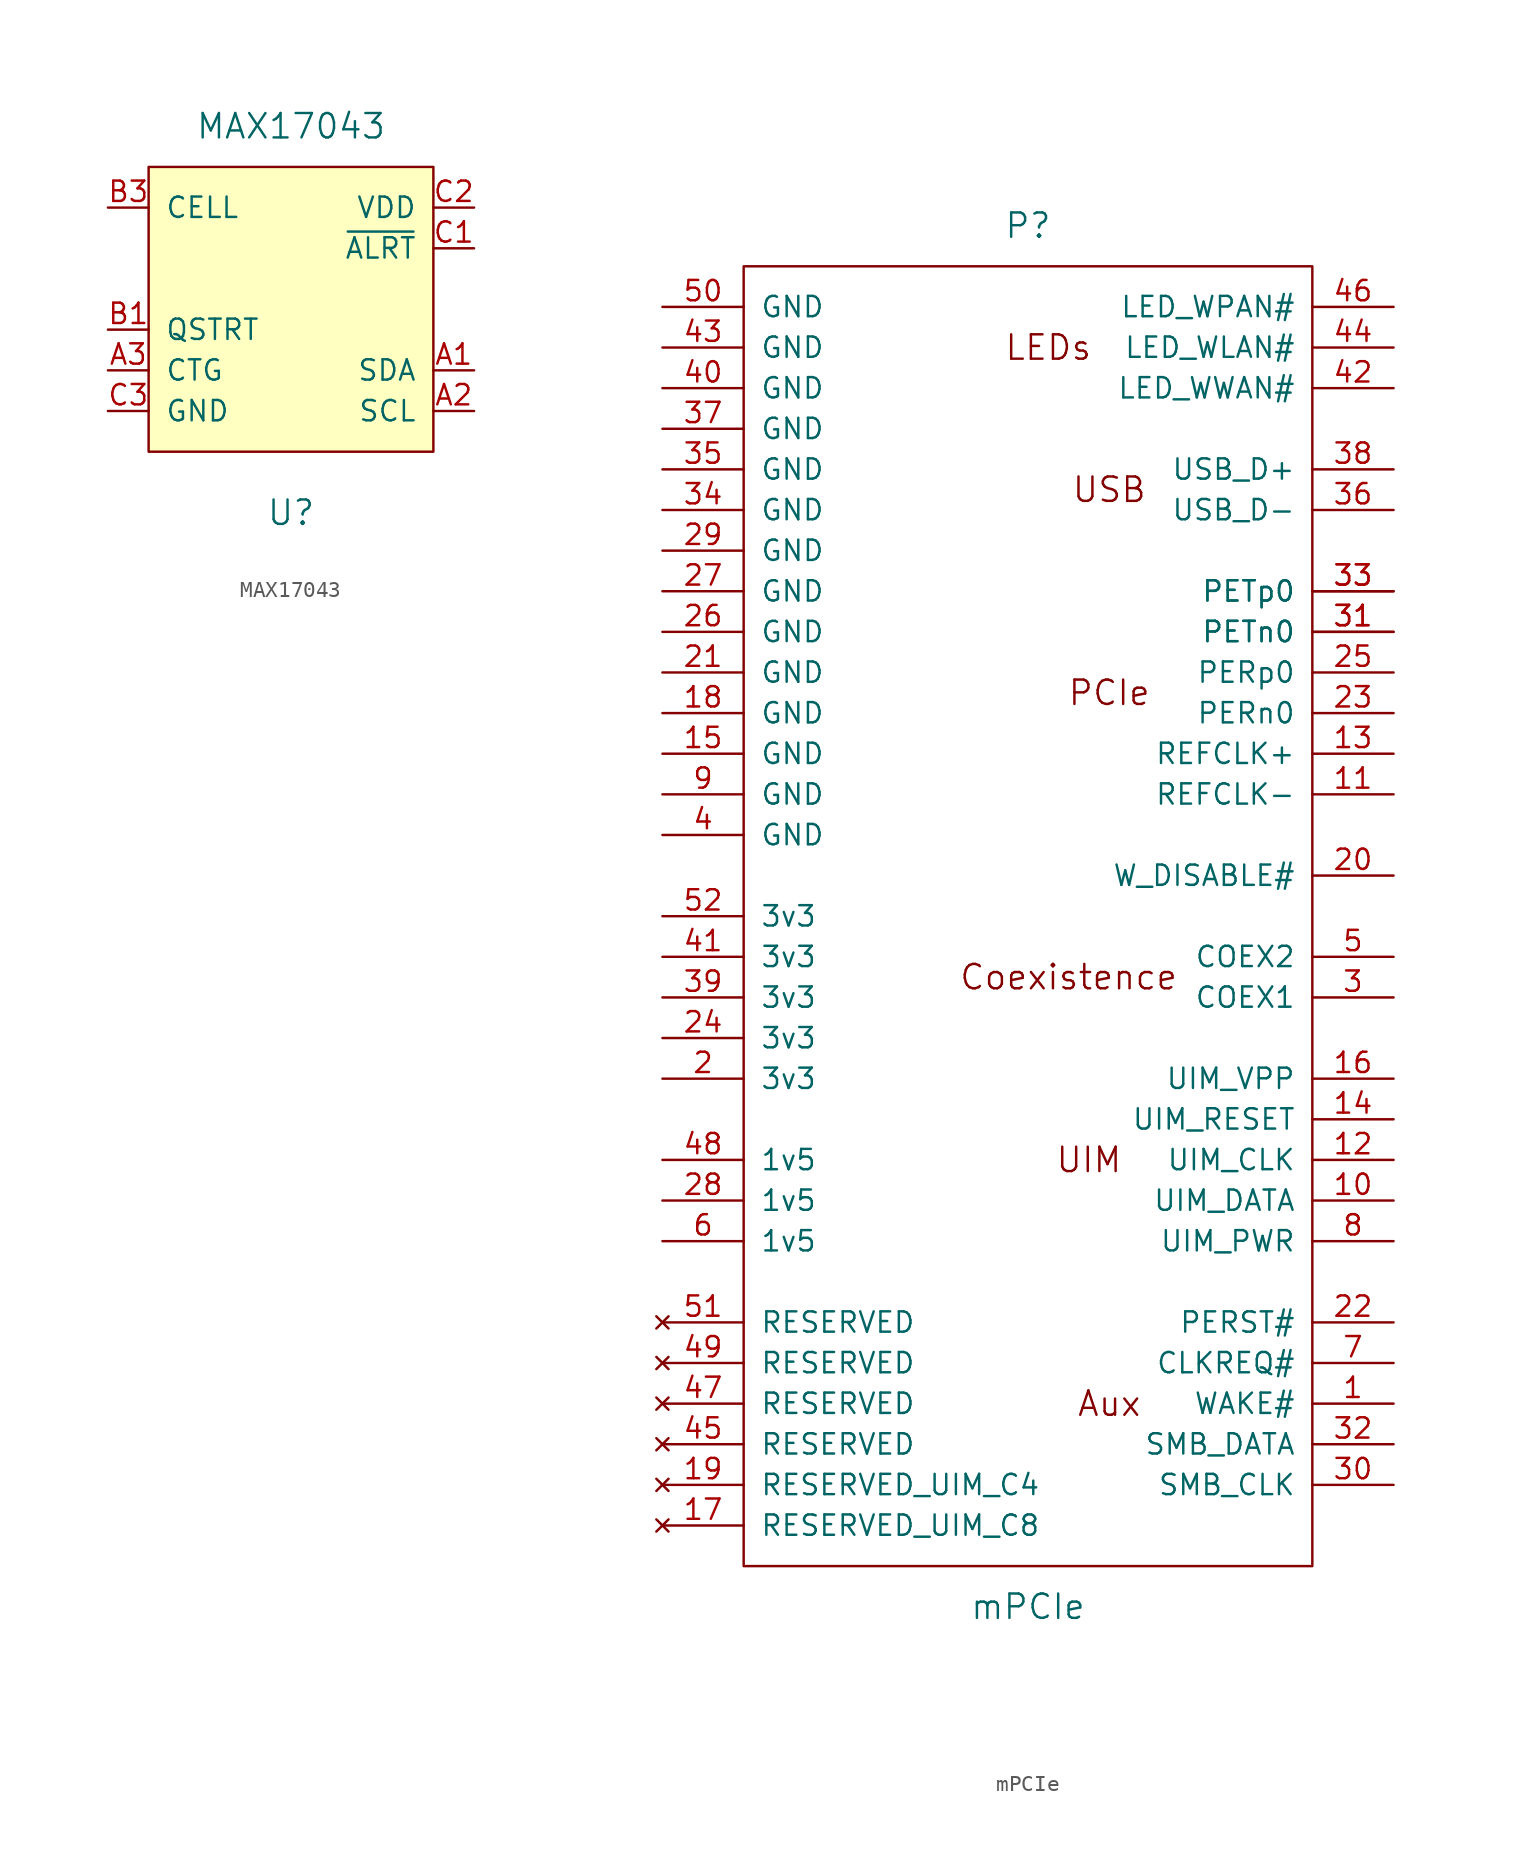
<source format=kicad_sym>
(kicad_symbol_lib
  (version 20231120)
  (generator "kicad_symbol_editor")
  (generator_version "8.0")
  (symbol "MAX17043"
    (pin_names
      (offset 1.016))
    (property "Reference" "U"
      (at 0 -12.7 0)
      (effects (font (size 1.524 1.524))))
    (property "Value" "MAX17043"
      (at 0 11.43 0)
      (effects (font (size 1.524 1.524))))
    (symbol "MAX17043_0_1"
      (rectangle (start -8.89 8.89) (end 8.89 -8.89) (stroke (width 0) (type solid)) (fill (type background))))
    (symbol "MAX17043_1_1"
      (pin bidirectional line (at 11.43 -3.81 180) (length 2.54) (name "SDA" (effects (font (size 1.27 1.27)))) (number "A1" (effects (font (size 1.27 1.27)))))
      (pin bidirectional line (at 11.43 -6.35 180) (length 2.54) (name "SCL" (effects (font (size 1.27 1.27)))) (number "A2" (effects (font (size 1.27 1.27)))))
      (pin input line (at -11.43 -3.81 0) (length 2.54) (name "CTG" (effects (font (size 1.27 1.27)))) (number "A3" (effects (font (size 1.27 1.27)))))
      (pin input line (at -11.43 -1.27 0) (length 2.54) (name "QSTRT" (effects (font (size 1.27 1.27)))) (number "B1" (effects (font (size 1.27 1.27)))))
      (pin no_connect line (at 0 -8.89 90) (length 2.54) hide (name "NC" (effects (font (size 1.27 1.27)))) (number "B2" (effects (font (size 1.27 1.27)))))
      (pin input line (at -11.43 6.35 0) (length 2.54) (name "CELL" (effects (font (size 1.27 1.27)))) (number "B3" (effects (font (size 1.27 1.27)))))
      (pin input line (at 11.43 3.81 180) (length 2.54) (name "~{ALRT}" (effects (font (size 1.27 1.27)))) (number "C1" (effects (font (size 1.27 1.27)))))
      (pin power_in line (at 11.43 6.35 180) (length 2.54) (name "VDD" (effects (font (size 1.27 1.27)))) (number "C2" (effects (font (size 1.27 1.27)))))
      (pin power_in line (at -11.43 -6.35 0) (length 2.54) (name "GND" (effects (font (size 1.27 1.27)))) (number "C3" (effects (font (size 1.27 1.27)))))))
  (symbol "mPCIe"
    (pin_names
      (offset 1.016))
    (property "Reference" "P"
      (at 0 35.56 0)
      (effects (font (size 1.524 1.524))))
    (property "Value" "mPCIe"
      (at 0 -50.8 0)
      (effects (font (size 1.524 1.524))))
    (property "Footprint" ""
      (at 0 0 0)
      (effects (font (size 1.524 1.524))))
    (property "Datasheet" ""
      (at 0 0 0)
      (effects (font (size 1.524 1.524))))
    (symbol "mPCIe_0_0"
      (rectangle (start -17.78 33.02) (end 17.78 -48.26) (stroke (width 0) (type solid)) (fill (type none)))
      (text "Aux" (at 5.08 -38.1 0) (effects (font (size 1.524 1.524))))
      (text "Coexistence" (at 2.54 -11.43 0) (effects (font (size 1.524 1.524))))
      (text "LEDs" (at 1.27 27.94 0) (effects (font (size 1.524 1.524))))
      (text "PCIe" (at 5.08 6.35 0) (effects (font (size 1.524 1.524))))
      (text "UIM" (at 3.81 -22.86 0) (effects (font (size 1.524 1.524))))
      (text "USB" (at 5.08 19.05 0) (effects (font (size 1.524 1.524)))))
    (symbol "mPCIe_1_1"
      (pin bidirectional line (at 22.86 -38.1 180) (length 5.08) (name "WAKE#" (effects (font (size 1.27 1.27)))) (number "1" (effects (font (size 1.27 1.27)))))
      (pin bidirectional line (at 22.86 -25.4 180) (length 5.08) (name "UIM_DATA" (effects (font (size 1.27 1.27)))) (number "10" (effects (font (size 1.27 1.27)))))
      (pin output line (at 22.86 0 180) (length 5.08) (name "REFCLK-" (effects (font (size 1.27 1.27)))) (number "11" (effects (font (size 1.27 1.27)))))
      (pin input line (at 22.86 -22.86 180) (length 5.08) (name "UIM_CLK" (effects (font (size 1.27 1.27)))) (number "12" (effects (font (size 1.27 1.27)))))
      (pin output line (at 22.86 2.54 180) (length 5.08) (name "REFCLK+" (effects (font (size 1.27 1.27)))) (number "13" (effects (font (size 1.27 1.27)))))
      (pin input line (at 22.86 -20.32 180) (length 5.08) (name "UIM_RESET" (effects (font (size 1.27 1.27)))) (number "14" (effects (font (size 1.27 1.27)))))
      (pin power_out line (at -22.86 2.54 0) (length 5.08) (name "GND" (effects (font (size 1.27 1.27)))) (number "15" (effects (font (size 1.27 1.27)))))
      (pin input line (at 22.86 -17.78 180) (length 5.08) (name "UIM_VPP" (effects (font (size 1.27 1.27)))) (number "16" (effects (font (size 1.27 1.27)))))
      (pin no_connect line (at -22.86 -45.72 0) (length 5.08) (name "RESERVED_UIM_C8" (effects (font (size 1.27 1.27)))) (number "17" (effects (font (size 1.27 1.27)))))
      (pin power_out line (at -22.86 5.08 0) (length 5.08) (name "GND" (effects (font (size 1.27 1.27)))) (number "18" (effects (font (size 1.27 1.27)))))
      (pin no_connect line (at -22.86 -43.18 0) (length 5.08) (name "RESERVED_UIM_C4" (effects (font (size 1.27 1.27)))) (number "19" (effects (font (size 1.27 1.27)))))
      (pin power_out line (at -22.86 -17.78 0) (length 5.08) (name "3v3" (effects (font (size 1.27 1.27)))) (number "2" (effects (font (size 1.27 1.27)))))
      (pin output line (at 22.86 -5.08 180) (length 5.08) (name "W_DISABLE#" (effects (font (size 1.27 1.27)))) (number "20" (effects (font (size 1.27 1.27)))))
      (pin power_out line (at -22.86 7.62 0) (length 5.08) (name "GND" (effects (font (size 1.27 1.27)))) (number "21" (effects (font (size 1.27 1.27)))))
      (pin bidirectional line (at 22.86 -33.02 180) (length 5.08) (name "PERST#" (effects (font (size 1.27 1.27)))) (number "22" (effects (font (size 1.27 1.27)))))
      (pin bidirectional line (at 22.86 5.08 180) (length 5.08) (name "PERn0" (effects (font (size 1.27 1.27)))) (number "23" (effects (font (size 1.27 1.27)))))
      (pin power_out line (at -22.86 -15.24 0) (length 5.08) (name "3v3" (effects (font (size 1.27 1.27)))) (number "24" (effects (font (size 1.27 1.27)))))
      (pin bidirectional line (at 22.86 7.62 180) (length 5.08) (name "PERp0" (effects (font (size 1.27 1.27)))) (number "25" (effects (font (size 1.27 1.27)))))
      (pin power_out line (at -22.86 10.16 0) (length 5.08) (name "GND" (effects (font (size 1.27 1.27)))) (number "26" (effects (font (size 1.27 1.27)))))
      (pin power_out line (at -22.86 12.7 0) (length 5.08) (name "GND" (effects (font (size 1.27 1.27)))) (number "27" (effects (font (size 1.27 1.27)))))
      (pin power_out line (at -22.86 -25.4 0) (length 5.08) (name "1v5" (effects (font (size 1.27 1.27)))) (number "28" (effects (font (size 1.27 1.27)))))
      (pin power_out line (at -22.86 15.24 0) (length 5.08) (name "GND" (effects (font (size 1.27 1.27)))) (number "29" (effects (font (size 1.27 1.27)))))
      (pin bidirectional line (at 22.86 -12.7 180) (length 5.08) (name "COEX1" (effects (font (size 1.27 1.27)))) (number "3" (effects (font (size 1.27 1.27)))))
      (pin bidirectional line (at 22.86 -43.18 180) (length 5.08) (name "SMB_CLK" (effects (font (size 1.27 1.27)))) (number "30" (effects (font (size 1.27 1.27)))))
      (pin bidirectional line (at 22.86 10.16 180) (length 5.08) (name "PETn0" (effects (font (size 1.27 1.27)))) (number "31" (effects (font (size 1.27 1.27)))))
      (pin bidirectional line (at 22.86 10.16 180) (length 5.08) (name "PETn0" (effects (font (size 1.27 1.27)))) (number "31" (effects (font (size 1.27 1.27)))))
      (pin bidirectional line (at 22.86 -40.64 180) (length 5.08) (name "SMB_DATA" (effects (font (size 1.27 1.27)))) (number "32" (effects (font (size 1.27 1.27)))))
      (pin bidirectional line (at 22.86 12.7 180) (length 5.08) (name "PETp0" (effects (font (size 1.27 1.27)))) (number "33" (effects (font (size 1.27 1.27)))))
      (pin bidirectional line (at 22.86 12.7 180) (length 5.08) (name "PETp0" (effects (font (size 1.27 1.27)))) (number "33" (effects (font (size 1.27 1.27)))))
      (pin power_out line (at -22.86 17.78 0) (length 5.08) (name "GND" (effects (font (size 1.27 1.27)))) (number "34" (effects (font (size 1.27 1.27)))))
      (pin power_out line (at -22.86 20.32 0) (length 5.08) (name "GND" (effects (font (size 1.27 1.27)))) (number "35" (effects (font (size 1.27 1.27)))))
      (pin bidirectional line (at 22.86 17.78 180) (length 5.08) (name "USB_D-" (effects (font (size 1.27 1.27)))) (number "36" (effects (font (size 1.27 1.27)))))
      (pin power_out line (at -22.86 22.86 0) (length 5.08) (name "GND" (effects (font (size 1.27 1.27)))) (number "37" (effects (font (size 1.27 1.27)))))
      (pin bidirectional line (at 22.86 20.32 180) (length 5.08) (name "USB_D+" (effects (font (size 1.27 1.27)))) (number "38" (effects (font (size 1.27 1.27)))))
      (pin power_out line (at -22.86 -12.7 0) (length 5.08) (name "3v3" (effects (font (size 1.27 1.27)))) (number "39" (effects (font (size 1.27 1.27)))))
      (pin power_out line (at -22.86 -2.54 0) (length 5.08) (name "GND" (effects (font (size 1.27 1.27)))) (number "4" (effects (font (size 1.27 1.27)))))
      (pin power_out line (at -22.86 25.4 0) (length 5.08) (name "GND" (effects (font (size 1.27 1.27)))) (number "40" (effects (font (size 1.27 1.27)))))
      (pin power_out line (at -22.86 -10.16 0) (length 5.08) (name "3v3" (effects (font (size 1.27 1.27)))) (number "41" (effects (font (size 1.27 1.27)))))
      (pin input line (at 22.86 25.4 180) (length 5.08) (name "LED_WWAN#" (effects (font (size 1.27 1.27)))) (number "42" (effects (font (size 1.27 1.27)))))
      (pin power_out line (at -22.86 27.94 0) (length 5.08) (name "GND" (effects (font (size 1.27 1.27)))) (number "43" (effects (font (size 1.27 1.27)))))
      (pin input line (at 22.86 27.94 180) (length 5.08) (name "LED_WLAN#" (effects (font (size 1.27 1.27)))) (number "44" (effects (font (size 1.27 1.27)))))
      (pin no_connect line (at -22.86 -40.64 0) (length 5.08) (name "RESERVED" (effects (font (size 1.27 1.27)))) (number "45" (effects (font (size 1.27 1.27)))))
      (pin input line (at 22.86 30.48 180) (length 5.08) (name "LED_WPAN#" (effects (font (size 1.27 1.27)))) (number "46" (effects (font (size 1.27 1.27)))))
      (pin no_connect line (at -22.86 -38.1 0) (length 5.08) (name "RESERVED" (effects (font (size 1.27 1.27)))) (number "47" (effects (font (size 1.27 1.27)))))
      (pin power_out line (at -22.86 -22.86 0) (length 5.08) (name "1v5" (effects (font (size 1.27 1.27)))) (number "48" (effects (font (size 1.27 1.27)))))
      (pin no_connect line (at -22.86 -35.56 0) (length 5.08) (name "RESERVED" (effects (font (size 1.27 1.27)))) (number "49" (effects (font (size 1.27 1.27)))))
      (pin bidirectional line (at 22.86 -10.16 180) (length 5.08) (name "COEX2" (effects (font (size 1.27 1.27)))) (number "5" (effects (font (size 1.27 1.27)))))
      (pin power_out line (at -22.86 30.48 0) (length 5.08) (name "GND" (effects (font (size 1.27 1.27)))) (number "50" (effects (font (size 1.27 1.27)))))
      (pin no_connect line (at -22.86 -33.02 0) (length 5.08) (name "RESERVED" (effects (font (size 1.27 1.27)))) (number "51" (effects (font (size 1.27 1.27)))))
      (pin power_out line (at -22.86 -7.62 0) (length 5.08) (name "3v3" (effects (font (size 1.27 1.27)))) (number "52" (effects (font (size 1.27 1.27)))))
      (pin power_out line (at -22.86 -27.94 0) (length 5.08) (name "1v5" (effects (font (size 1.27 1.27)))) (number "6" (effects (font (size 1.27 1.27)))))
      (pin bidirectional line (at 22.86 -35.56 180) (length 5.08) (name "CLKREQ#" (effects (font (size 1.27 1.27)))) (number "7" (effects (font (size 1.27 1.27)))))
      (pin input line (at 22.86 -27.94 180) (length 5.08) (name "UIM_PWR" (effects (font (size 1.27 1.27)))) (number "8" (effects (font (size 1.27 1.27)))))
      (pin power_out line (at -22.86 0 0) (length 5.08) (name "GND" (effects (font (size 1.27 1.27)))) (number "9" (effects (font (size 1.27 1.27))))))))
</source>
